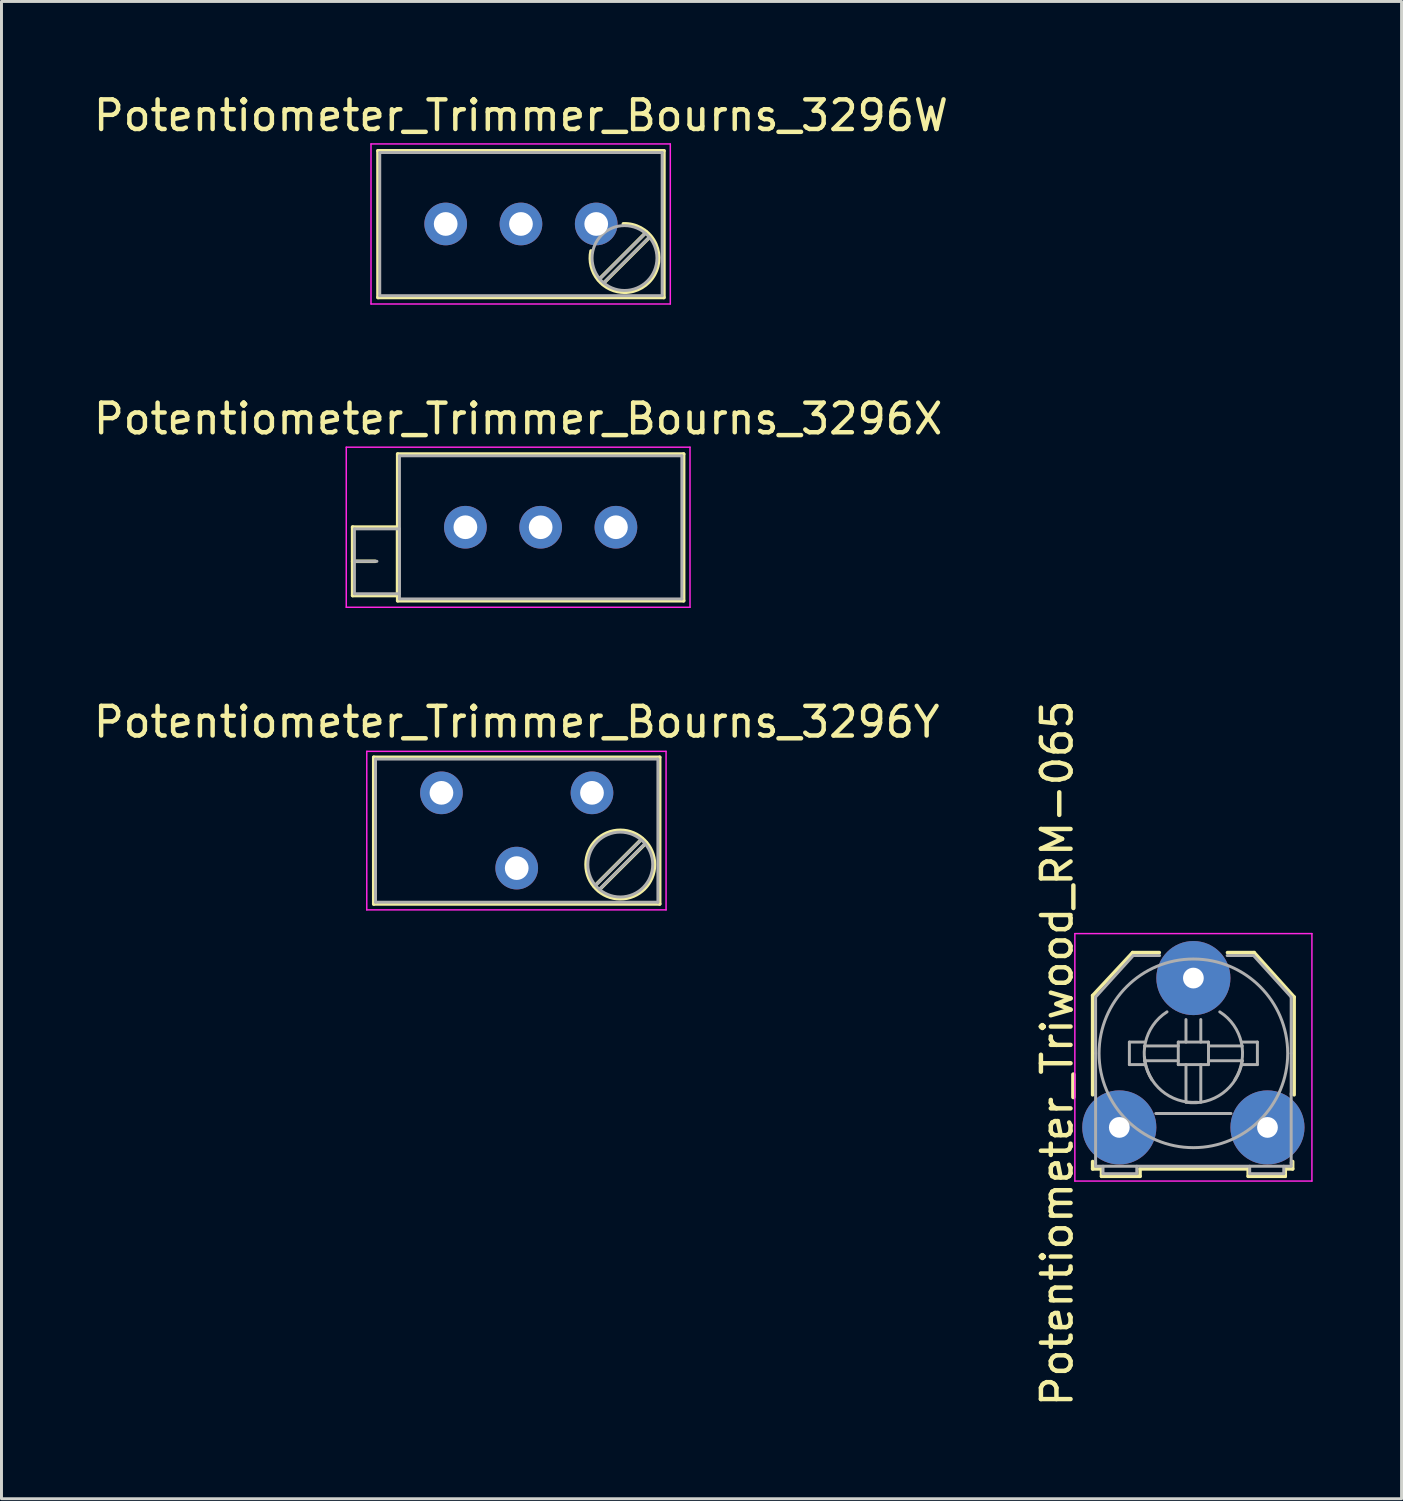
<source format=kicad_pcb>
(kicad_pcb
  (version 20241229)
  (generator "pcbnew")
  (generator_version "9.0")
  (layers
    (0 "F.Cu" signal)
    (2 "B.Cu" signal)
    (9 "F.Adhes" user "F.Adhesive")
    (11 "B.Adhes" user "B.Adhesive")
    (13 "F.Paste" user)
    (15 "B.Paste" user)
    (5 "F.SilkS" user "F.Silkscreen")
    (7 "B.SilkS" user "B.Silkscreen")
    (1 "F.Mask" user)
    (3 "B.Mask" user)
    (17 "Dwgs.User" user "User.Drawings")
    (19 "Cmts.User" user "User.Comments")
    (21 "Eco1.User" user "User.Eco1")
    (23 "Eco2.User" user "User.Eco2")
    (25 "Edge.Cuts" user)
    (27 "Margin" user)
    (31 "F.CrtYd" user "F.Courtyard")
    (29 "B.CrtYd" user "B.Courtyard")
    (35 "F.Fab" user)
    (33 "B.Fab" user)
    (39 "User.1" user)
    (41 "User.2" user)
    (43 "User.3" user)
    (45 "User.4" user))
  (footprint "Potentiometer_Trimmer_Bourns_3296Y"
    (layer "F.Cu")
    (at 16.927 23.705)
    (property "Reference" "Potentiometer_Trimmer_Bourns_3296Y" (at -2.54 -2.39 0) (layer "F.SilkS") (effects (font (size 1 1) (thickness 0.15))))
    (attr through_hole)
    (fp_line (start -7.365 -1.2) (end -7.365 3.751) (stroke (width 0.12) (type solid)) (layer "F.SilkS"))
    (fp_line (start -7.365 -1.2) (end 2.285 -1.2) (stroke (width 0.12) (type solid)) (layer "F.SilkS"))
    (fp_line (start -7.365 3.751) (end 2.285 3.751) (stroke (width 0.12) (type solid)) (layer "F.SilkS"))
    (fp_line (start 1.691 1.545) (end 0.079 3.155) (stroke (width 0.12) (type solid)) (layer "F.SilkS"))
    (fp_line (start 1.831 1.686) (end 0.22 3.296) (stroke (width 0.12) (type solid)) (layer "F.SilkS"))
    (fp_line (start 2.285 -1.2) (end 2.285 3.751) (stroke (width 0.12) (type solid)) (layer "F.SilkS"))
    (fp_circle (center 0.955 2.42) (end 2.11 2.42) (stroke (width 0.12) (type solid)) (fill no) (layer "F.SilkS"))
    (fp_line (start -7.6 -1.4) (end -7.6 3.95) (stroke (width 0.05) (type solid)) (layer "F.CrtYd"))
    (fp_line (start -7.6 3.95) (end 2.5 3.95) (stroke (width 0.05) (type solid)) (layer "F.CrtYd"))
    (fp_line (start 2.5 -1.4) (end -7.6 -1.4) (stroke (width 0.05) (type solid)) (layer "F.CrtYd"))
    (fp_line (start 2.5 3.95) (end 2.5 -1.4) (stroke (width 0.05) (type solid)) (layer "F.CrtYd"))
    (fp_line (start -7.305 -1.14) (end -7.305 3.69) (stroke (width 0.1) (type solid)) (layer "F.Fab"))
    (fp_line (start -7.305 3.69) (end 2.225 3.69) (stroke (width 0.1) (type solid)) (layer "F.Fab"))
    (fp_line (start 1.652 1.59) (end 0.125 3.117) (stroke (width 0.1) (type solid)) (layer "F.Fab"))
    (fp_line (start 1.786 1.724) (end 0.259 3.251) (stroke (width 0.1) (type solid)) (layer "F.Fab"))
    (fp_line (start 2.225 -1.14) (end -7.305 -1.14) (stroke (width 0.1) (type solid)) (layer "F.Fab"))
    (fp_line (start 2.225 3.69) (end 2.225 -1.14) (stroke (width 0.1) (type solid)) (layer "F.Fab"))
    (fp_circle (center 0.955 2.42) (end 2.05 2.42) (stroke (width 0.1) (type solid)) (fill no) (layer "F.Fab"))
    (pad "1" thru_hole circle (at 0 0) (size 1.44 1.44) (drill 0.8) (layers "*.Cu" "*.Mask"))
    (pad "2" thru_hole circle (at -2.54 2.54) (size 1.44 1.44) (drill 0.8) (layers "*.Cu" "*.Mask"))
    (pad "3" thru_hole circle (at -5.08 0) (size 1.44 1.44) (drill 0.8) (layers "*.Cu" "*.Mask")))
  (footprint "Potentiometer_Triwood_RM-065"
    (layer "F.Cu")
    (at 34.722 34.996)
    (property "Reference" "Potentiometer_Triwood_RM-065" (at -2.1 -2.5 90) (layer "F.SilkS") (effects (font (size 1 1) (thickness 0.15))))
    (attr through_hole)
    (fp_line (start -0.9 -4.45) (end 0.45 -5.9) (stroke (width 0.12) (type solid)) (layer "F.SilkS"))
    (fp_line (start -0.9 -1.1) (end -0.9 -4.45) (stroke (width 0.12) (type solid)) (layer "F.SilkS"))
    (fp_line (start -0.9 1.4) (end -0.9 1.15) (stroke (width 0.12) (type solid)) (layer "F.SilkS"))
    (fp_line (start -0.6 1.4) (end -0.9 1.4) (stroke (width 0.12) (type solid)) (layer "F.SilkS"))
    (fp_line (start -0.6 1.65) (end -0.6 1.4) (stroke (width 0.12) (type solid)) (layer "F.SilkS"))
    (fp_line (start 0.45 -5.9) (end 1.35 -5.9) (stroke (width 0.12) (type solid)) (layer "F.SilkS"))
    (fp_line (start 0.7 1.4) (end 0.7 1.65) (stroke (width 0.12) (type solid)) (layer "F.SilkS"))
    (fp_line (start 0.7 1.65) (end -0.6 1.65) (stroke (width 0.12) (type solid)) (layer "F.SilkS"))
    (fp_line (start 3.65 -5.9) (end 4.55 -5.9) (stroke (width 0.12) (type solid)) (layer "F.SilkS"))
    (fp_line (start 4.35 1.4) (end 0.7 1.4) (stroke (width 0.12) (type solid)) (layer "F.SilkS"))
    (fp_line (start 4.35 1.65) (end 4.35 1.4) (stroke (width 0.12) (type solid)) (layer "F.SilkS"))
    (fp_line (start 4.55 -5.9) (end 5.9 -4.4) (stroke (width 0.12) (type solid)) (layer "F.SilkS"))
    (fp_line (start 5.6 1.4) (end 5.6 1.65) (stroke (width 0.12) (type solid)) (layer "F.SilkS"))
    (fp_line (start 5.6 1.65) (end 4.35 1.65) (stroke (width 0.12) (type solid)) (layer "F.SilkS"))
    (fp_line (start 5.85 1.15) (end 5.85 1.4) (stroke (width 0.12) (type solid)) (layer "F.SilkS"))
    (fp_line (start 5.85 1.4) (end 5.6 1.4) (stroke (width 0.12) (type solid)) (layer "F.SilkS"))
    (fp_line (start 5.9 -4.4) (end 5.9 -1.1) (stroke (width 0.12) (type solid)) (layer "F.SilkS"))
    (fp_line (start -1.5 -6.54) (end -1.5 1.81) (stroke (width 0.05) (type solid)) (layer "F.CrtYd"))
    (fp_line (start -1.5 -6.54) (end 6.5 -6.54) (stroke (width 0.05) (type solid)) (layer "F.CrtYd"))
    (fp_line (start 6.5 1.81) (end -1.5 1.81) (stroke (width 0.05) (type solid)) (layer "F.CrtYd"))
    (fp_line (start 6.5 1.81) (end 6.5 -6.54) (stroke (width 0.05) (type solid)) (layer "F.CrtYd"))
    (fp_line (start -0.8 -4.4) (end -0.8 -2.5) (stroke (width 0.1) (type solid)) (layer "F.Fab"))
    (fp_line (start -0.8 -2.5) (end -0.8 -1.1) (stroke (width 0.1) (type solid)) (layer "F.Fab"))
    (fp_line (start -0.8 -1.1) (end -0.8 1.2) (stroke (width 0.1) (type solid)) (layer "F.Fab"))
    (fp_line (start -0.8 1.31) (end -0.8 1.18) (stroke (width 0.1) (type solid)) (layer "F.Fab"))
    (fp_line (start -0.8 1.31) (end 5.8 1.31) (stroke (width 0.1) (type solid)) (layer "F.Fab"))
    (fp_line (start -0.55 1.31) (end -0.55 1.56) (stroke (width 0.1) (type solid)) (layer "F.Fab"))
    (fp_line (start -0.55 1.56) (end 0.59 1.56) (stroke (width 0.1) (type solid)) (layer "F.Fab"))
    (fp_line (start 0.34 -2.88) (end 0.34 -2.12) (stroke (width 0.1) (type solid)) (layer "F.Fab"))
    (fp_line (start 0.34 -2.12) (end 0.85 -2.12) (stroke (width 0.1) (type solid)) (layer "F.Fab"))
    (fp_line (start 0.47 -5.8) (end -0.8 -4.4) (stroke (width 0.1) (type solid)) (layer "F.Fab"))
    (fp_line (start 0.59 1.56) (end 0.59 1.31) (stroke (width 0.1) (type solid)) (layer "F.Fab"))
    (fp_line (start 0.85 -2.88) (end 0.34 -2.88) (stroke (width 0.1) (type solid)) (layer "F.Fab"))
    (fp_line (start 1.23 -0.47) (end 3.77 -0.47) (stroke (width 0.1) (type solid)) (layer "F.Fab"))
    (fp_line (start 1.36 -5.8) (end 0.47 -5.8) (stroke (width 0.1) (type solid)) (layer "F.Fab"))
    (fp_line (start 1.99 -2.88) (end 1.99 -2.12) (stroke (width 0.1) (type solid)) (layer "F.Fab"))
    (fp_line (start 1.99 -2.75) (end 0.85 -2.75) (stroke (width 0.1) (type solid)) (layer "F.Fab"))
    (fp_line (start 1.99 -2.25) (end 0.85 -2.25) (stroke (width 0.1) (type solid)) (layer "F.Fab"))
    (fp_line (start 1.99 -2.12) (end 3.01 -2.12) (stroke (width 0.1) (type solid)) (layer "F.Fab"))
    (fp_line (start 2.25 -2.88) (end 2.25 -3.64) (stroke (width 0.1) (type solid)) (layer "F.Fab"))
    (fp_line (start 2.25 -2.12) (end 2.25 -0.85) (stroke (width 0.1) (type solid)) (layer "F.Fab"))
    (fp_line (start 2.75 -2.88) (end 2.75 -3.64) (stroke (width 0.1) (type solid)) (layer "F.Fab"))
    (fp_line (start 2.75 -2.12) (end 2.75 -0.85) (stroke (width 0.1) (type solid)) (layer "F.Fab"))
    (fp_line (start 3.01 -2.88) (end 1.99 -2.88) (stroke (width 0.1) (type solid)) (layer "F.Fab"))
    (fp_line (start 3.01 -2.75) (end 4.15 -2.75) (stroke (width 0.1) (type solid)) (layer "F.Fab"))
    (fp_line (start 3.01 -2.25) (end 4.15 -2.25) (stroke (width 0.1) (type solid)) (layer "F.Fab"))
    (fp_line (start 3.01 -2.12) (end 3.01 -2.88) (stroke (width 0.1) (type solid)) (layer "F.Fab"))
    (fp_line (start 4.15 -2.88) (end 4.66 -2.88) (stroke (width 0.1) (type solid)) (layer "F.Fab"))
    (fp_line (start 4.4 1.56) (end 4.4 1.31) (stroke (width 0.1) (type solid)) (layer "F.Fab"))
    (fp_line (start 4.53 -5.8) (end 3.64 -5.8) (stroke (width 0.1) (type solid)) (layer "F.Fab"))
    (fp_line (start 4.53 -5.8) (end 5.8 -4.4) (stroke (width 0.1) (type solid)) (layer "F.Fab"))
    (fp_line (start 4.66 -2.88) (end 4.66 -2.12) (stroke (width 0.1) (type solid)) (layer "F.Fab"))
    (fp_line (start 4.66 -2.12) (end 4.15 -2.12) (stroke (width 0.1) (type solid)) (layer "F.Fab"))
    (fp_line (start 5.55 1.31) (end 5.55 1.56) (stroke (width 0.1) (type solid)) (layer "F.Fab"))
    (fp_line (start 5.55 1.56) (end 4.4 1.56) (stroke (width 0.1) (type solid)) (layer "F.Fab"))
    (fp_line (start 5.8 -4.4) (end 5.8 -2.5) (stroke (width 0.1) (type solid)) (layer "F.Fab"))
    (fp_line (start 5.8 -2.5) (end 5.8 -1.1) (stroke (width 0.1) (type solid)) (layer "F.Fab"))
    (fp_line (start 5.8 1.2) (end 5.8 -1.15) (stroke (width 0.1) (type solid)) (layer "F.Fab"))
    (fp_line (start 5.8 1.31) (end 5.8 1.18) (stroke (width 0.1) (type solid)) (layer "F.Fab"))
    (fp_arc (start 1.1 -1.61) (mid 0.880725 -2.860624) (end 1.61 -3.9) (stroke (width 0.1) (type solid)) (layer "F.Fab"))
    (fp_arc (start 2.63 -0.85) (mid 1.425198 -1.24135) (end 0.85 -2.37) (stroke (width 0.1) (type solid)) (layer "F.Fab"))
    (fp_arc (start 3.39 -3.9) (mid 4.119275 -2.860624) (end 3.9 -1.61) (stroke (width 0.1) (type solid)) (layer "F.Fab"))
    (fp_arc (start 4.15 -2.25) (mid 3.489949 -1.156497) (end 2.25 -0.85) (stroke (width 0.1) (type solid)) (layer "F.Fab"))
    (fp_circle (center 2.5 -2.5) (end 4.7 -0.2) (stroke (width 0.1) (type solid)) (fill no) (layer "F.Fab"))
    (pad "1" thru_hole circle (at 0 0) (size 2.5 2.5) (drill 0.7) (layers "*.Cu" "*.Mask"))
    (pad "2" thru_hole circle (at 2.5 -5.04) (size 2.5 2.5) (drill 0.7) (layers "*.Cu" "*.Mask"))
    (pad "3" thru_hole circle (at 5 0) (size 2.5 2.5) (drill 0.7) (layers "*.Cu" "*.Mask")))
  (footprint "Potentiometer_Trimmer_Bourns_3296X"
    (layer "F.Cu")
    (at 17.735 14.742)
    (property "Reference" "Potentiometer_Trimmer_Bourns_3296X" (at -3.3 -3.66 0) (layer "F.SilkS") (effects (font (size 1 1) (thickness 0.15))))
    (attr through_hole)
    (fp_line (start -8.885 -0.005) (end -8.885 2.305) (stroke (width 0.12) (type solid)) (layer "F.SilkS"))
    (fp_line (start -8.885 -0.005) (end -7.366 -0.005) (stroke (width 0.12) (type solid)) (layer "F.SilkS"))
    (fp_line (start -8.885 1.15) (end -8.125 1.15) (stroke (width 0.12) (type solid)) (layer "F.SilkS"))
    (fp_line (start -8.885 2.305) (end -7.366 2.305) (stroke (width 0.12) (type solid)) (layer "F.SilkS"))
    (fp_line (start -7.366 -0.005) (end -7.366 2.305) (stroke (width 0.12) (type solid)) (layer "F.SilkS"))
    (fp_line (start -7.365 -2.47) (end -7.365 2.481) (stroke (width 0.12) (type solid)) (layer "F.SilkS"))
    (fp_line (start -7.365 -2.47) (end 2.285 -2.47) (stroke (width 0.12) (type solid)) (layer "F.SilkS"))
    (fp_line (start -7.365 2.481) (end 2.285 2.481) (stroke (width 0.12) (type solid)) (layer "F.SilkS"))
    (fp_line (start 2.285 -2.47) (end 2.285 2.481) (stroke (width 0.12) (type solid)) (layer "F.SilkS"))
    (fp_line (start -9.1 -2.7) (end -9.1 2.7) (stroke (width 0.05) (type solid)) (layer "F.CrtYd"))
    (fp_line (start -9.1 2.7) (end 2.5 2.7) (stroke (width 0.05) (type solid)) (layer "F.CrtYd"))
    (fp_line (start 2.5 -2.7) (end -9.1 -2.7) (stroke (width 0.05) (type solid)) (layer "F.CrtYd"))
    (fp_line (start 2.5 2.7) (end 2.5 -2.7) (stroke (width 0.05) (type solid)) (layer "F.CrtYd"))
    (fp_line (start -8.825 0.055) (end -8.825 2.245) (stroke (width 0.1) (type solid)) (layer "F.Fab"))
    (fp_line (start -8.825 1.15) (end -8.065 1.15) (stroke (width 0.1) (type solid)) (layer "F.Fab"))
    (fp_line (start -8.825 2.245) (end -7.305 2.245) (stroke (width 0.1) (type solid)) (layer "F.Fab"))
    (fp_line (start -7.305 -2.41) (end -7.305 2.42) (stroke (width 0.1) (type solid)) (layer "F.Fab"))
    (fp_line (start -7.305 0.055) (end -8.825 0.055) (stroke (width 0.1) (type solid)) (layer "F.Fab"))
    (fp_line (start -7.305 2.245) (end -7.305 0.055) (stroke (width 0.1) (type solid)) (layer "F.Fab"))
    (fp_line (start -7.305 2.42) (end 2.225 2.42) (stroke (width 0.1) (type solid)) (layer "F.Fab"))
    (fp_line (start 2.225 -2.41) (end -7.305 -2.41) (stroke (width 0.1) (type solid)) (layer "F.Fab"))
    (fp_line (start 2.225 2.42) (end 2.225 -2.41) (stroke (width 0.1) (type solid)) (layer "F.Fab"))
    (pad "1" thru_hole circle (at 0 0) (size 1.44 1.44) (drill 0.8) (layers "*.Cu" "*.Mask"))
    (pad "2" thru_hole circle (at -2.54 0) (size 1.44 1.44) (drill 0.8) (layers "*.Cu" "*.Mask"))
    (pad "3" thru_hole circle (at -5.08 0) (size 1.44 1.44) (drill 0.8) (layers "*.Cu" "*.Mask")))
  (footprint "Potentiometer_Trimmer_Bourns_3296W"
    (layer "F.Cu")
    (at 17.07 4.508)
    (property "Reference" "Potentiometer_Trimmer_Bourns_3296W" (at -2.54 -3.66 0) (layer "F.SilkS") (effects (font (size 1 1) (thickness 0.15))))
    (attr through_hole)
    (fp_line (start -7.365 -2.47) (end -7.365 2.481) (stroke (width 0.12) (type solid)) (layer "F.SilkS"))
    (fp_line (start -7.365 -2.47) (end 2.285 -2.47) (stroke (width 0.12) (type solid)) (layer "F.SilkS"))
    (fp_line (start -7.365 2.481) (end 2.285 2.481) (stroke (width 0.12) (type solid)) (layer "F.SilkS"))
    (fp_line (start 1.691 0.275) (end 0.079 1.885) (stroke (width 0.12) (type solid)) (layer "F.SilkS"))
    (fp_line (start 1.831 0.416) (end 0.22 2.026) (stroke (width 0.12) (type solid)) (layer "F.SilkS"))
    (fp_line (start 2.285 -2.47) (end 2.285 2.481) (stroke (width 0.12) (type solid)) (layer "F.SilkS"))
    (fp_arc (start 0.914691 -0.004296) (mid 2.109824 1.129842) (end 0.955 2.305) (stroke (width 0.12) (type solid)) (layer "F.SilkS"))
    (fp_arc (start 0.975121 2.304052) (mid 0.064355 1.884161) (end -0.174 0.91) (stroke (width 0.12) (type solid)) (layer "F.SilkS"))
    (fp_line (start -7.6 -2.7) (end -7.6 2.7) (stroke (width 0.05) (type solid)) (layer "F.CrtYd"))
    (fp_line (start -7.6 2.7) (end 2.5 2.7) (stroke (width 0.05) (type solid)) (layer "F.CrtYd"))
    (fp_line (start 2.5 -2.7) (end -7.6 -2.7) (stroke (width 0.05) (type solid)) (layer "F.CrtYd"))
    (fp_line (start 2.5 2.7) (end 2.5 -2.7) (stroke (width 0.05) (type solid)) (layer "F.CrtYd"))
    (fp_line (start -7.305 -2.41) (end -7.305 2.42) (stroke (width 0.1) (type solid)) (layer "F.Fab"))
    (fp_line (start -7.305 2.42) (end 2.225 2.42) (stroke (width 0.1) (type solid)) (layer "F.Fab"))
    (fp_line (start 1.652 0.32) (end 0.125 1.847) (stroke (width 0.1) (type solid)) (layer "F.Fab"))
    (fp_line (start 1.786 0.454) (end 0.259 1.981) (stroke (width 0.1) (type solid)) (layer "F.Fab"))
    (fp_line (start 2.225 -2.41) (end -7.305 -2.41) (stroke (width 0.1) (type solid)) (layer "F.Fab"))
    (fp_line (start 2.225 2.42) (end 2.225 -2.41) (stroke (width 0.1) (type solid)) (layer "F.Fab"))
    (fp_circle (center 0.955 1.15) (end 2.05 1.15) (stroke (width 0.1) (type solid)) (fill no) (layer "F.Fab"))
    (pad "1" thru_hole circle (at 0 0) (size 1.44 1.44) (drill 0.8) (layers "*.Cu" "*.Mask"))
    (pad "2" thru_hole circle (at -2.54 0) (size 1.44 1.44) (drill 0.8) (layers "*.Cu" "*.Mask"))
    (pad "3" thru_hole circle (at -5.08 0) (size 1.44 1.44) (drill 0.8) (layers "*.Cu" "*.Mask")))
  (gr_rect
    (start -3 -3)
    (end 44.247 47.526)
    (stroke (width 0.1) (type default))
    (fill no)
    (layer "Edge.Cuts")))
</source>
